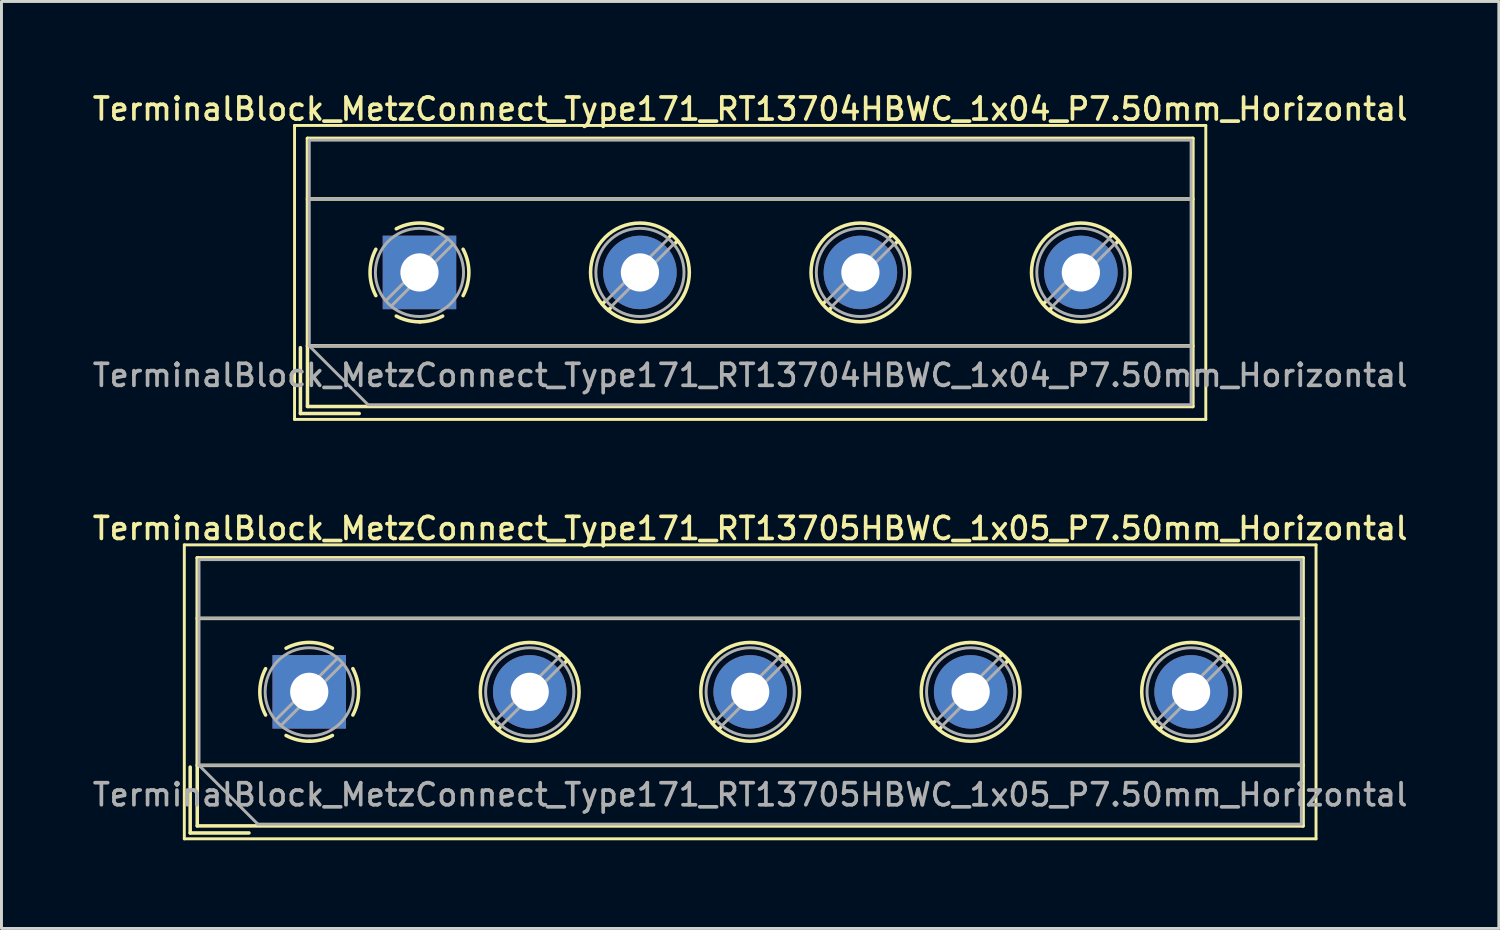
<source format=kicad_pcb>
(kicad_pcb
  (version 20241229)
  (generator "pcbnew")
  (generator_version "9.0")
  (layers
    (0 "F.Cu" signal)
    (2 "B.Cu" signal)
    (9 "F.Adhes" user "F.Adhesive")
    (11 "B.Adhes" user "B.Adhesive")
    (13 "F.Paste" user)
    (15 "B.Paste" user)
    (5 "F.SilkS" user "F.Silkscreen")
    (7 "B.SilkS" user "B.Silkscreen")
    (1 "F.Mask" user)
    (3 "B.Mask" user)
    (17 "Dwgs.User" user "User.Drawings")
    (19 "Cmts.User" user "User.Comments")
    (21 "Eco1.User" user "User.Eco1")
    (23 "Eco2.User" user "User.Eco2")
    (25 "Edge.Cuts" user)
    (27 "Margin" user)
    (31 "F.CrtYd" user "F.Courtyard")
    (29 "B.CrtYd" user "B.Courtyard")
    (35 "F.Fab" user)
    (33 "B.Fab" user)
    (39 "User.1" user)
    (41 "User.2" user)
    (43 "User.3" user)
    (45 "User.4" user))
  (footprint "TerminalBlock_MetzConnect_Type171_RT13705HBWC_1x05_P7.50mm_Horizontal"
    (layer "F.Cu")
    (at 7.47 20.486)
    (property "Reference" "TerminalBlock_MetzConnect_Type171_RT13705HBWC_1x05_P7.50mm_Horizontal" (at 15 -5.56 0) (layer "F.SilkS") (effects (font (size 0.75 0.75) (thickness 0.125))))
    (attr through_hole)
    (fp_line (start -4.25 -5) (end -4.25 5) (stroke (width 0.1) (type solid)) (layer "F.SilkS"))
    (fp_line (start -4.25 5) (end 34.25 5) (stroke (width 0.1) (type solid)) (layer "F.SilkS"))
    (fp_line (start -4.05 2.56) (end -4.05 4.8) (stroke (width 0.12) (type solid)) (layer "F.SilkS"))
    (fp_line (start -4.05 4.8) (end -2.05 4.8) (stroke (width 0.12) (type solid)) (layer "F.SilkS"))
    (fp_line (start -3.81 -4.56) (end -3.81 4.56) (stroke (width 0.12) (type solid)) (layer "F.SilkS"))
    (fp_line (start -3.81 -4.56) (end 33.81 -4.56) (stroke (width 0.12) (type solid)) (layer "F.SilkS"))
    (fp_line (start -3.81 -2.5) (end 33.81 -2.5) (stroke (width 0.12) (type solid)) (layer "F.SilkS"))
    (fp_line (start -3.81 2.5) (end 33.81 2.5) (stroke (width 0.12) (type solid)) (layer "F.SilkS"))
    (fp_line (start -3.81 4.56) (end 33.81 4.56) (stroke (width 0.12) (type solid)) (layer "F.SilkS"))
    (fp_line (start 6.32 0.976) (end 6.226 1.069) (stroke (width 0.12) (type solid)) (layer "F.SilkS"))
    (fp_line (start 6.49 1.216) (end 6.431 1.274) (stroke (width 0.12) (type solid)) (layer "F.SilkS"))
    (fp_line (start 8.57 -1.275) (end 8.511 -1.216) (stroke (width 0.12) (type solid)) (layer "F.SilkS"))
    (fp_line (start 8.775 -1.069) (end 8.681 -0.976) (stroke (width 0.12) (type solid)) (layer "F.SilkS"))
    (fp_line (start 13.82 0.976) (end 13.726 1.069) (stroke (width 0.12) (type solid)) (layer "F.SilkS"))
    (fp_line (start 13.99 1.216) (end 13.931 1.274) (stroke (width 0.12) (type solid)) (layer "F.SilkS"))
    (fp_line (start 16.07 -1.275) (end 16.011 -1.216) (stroke (width 0.12) (type solid)) (layer "F.SilkS"))
    (fp_line (start 16.275 -1.069) (end 16.181 -0.976) (stroke (width 0.12) (type solid)) (layer "F.SilkS"))
    (fp_line (start 21.32 0.976) (end 21.226 1.069) (stroke (width 0.12) (type solid)) (layer "F.SilkS"))
    (fp_line (start 21.49 1.216) (end 21.431 1.274) (stroke (width 0.12) (type solid)) (layer "F.SilkS"))
    (fp_line (start 23.57 -1.275) (end 23.511 -1.216) (stroke (width 0.12) (type solid)) (layer "F.SilkS"))
    (fp_line (start 23.775 -1.069) (end 23.681 -0.976) (stroke (width 0.12) (type solid)) (layer "F.SilkS"))
    (fp_line (start 28.82 0.976) (end 28.726 1.069) (stroke (width 0.12) (type solid)) (layer "F.SilkS"))
    (fp_line (start 28.99 1.216) (end 28.931 1.274) (stroke (width 0.12) (type solid)) (layer "F.SilkS"))
    (fp_line (start 31.07 -1.275) (end 31.011 -1.216) (stroke (width 0.12) (type solid)) (layer "F.SilkS"))
    (fp_line (start 31.275 -1.069) (end 31.181 -0.976) (stroke (width 0.12) (type solid)) (layer "F.SilkS"))
    (fp_line (start 33.81 -4.56) (end 33.81 4.56) (stroke (width 0.12) (type solid)) (layer "F.SilkS"))
    (fp_line (start 34.25 -5) (end -4.25 -5) (stroke (width 0.1) (type solid)) (layer "F.SilkS"))
    (fp_line (start 34.25 5) (end 34.25 -5) (stroke (width 0.1) (type solid)) (layer "F.SilkS"))
    (fp_arc (start -1.483953 0.789089) (mid -1.680708 0.00005) (end -1.484 -0.789) (stroke (width 0.12) (type solid)) (layer "F.SilkS"))
    (fp_arc (start -0.789089 -1.483953) (mid -0.00005 -1.680708) (end 0.789 -1.484) (stroke (width 0.12) (type solid)) (layer "F.SilkS"))
    (fp_arc (start 0.029383 1.68045) (mid -0.392304 1.634281) (end -0.789 1.484) (stroke (width 0.12) (type solid)) (layer "F.SilkS"))
    (fp_arc (start 0.788712 1.483352) (mid 0.406429 1.630097) (end 0 1.68) (stroke (width 0.12) (type solid)) (layer "F.SilkS"))
    (fp_arc (start 1.483953 -0.789089) (mid 1.680708 -0.00005) (end 1.484 0.789) (stroke (width 0.12) (type solid)) (layer "F.SilkS"))
    (fp_circle (center 7.5 0) (end 9.18 0) (stroke (width 0.12) (type solid)) (fill no) (layer "F.SilkS"))
    (fp_circle (center 15 0) (end 16.68 0) (stroke (width 0.12) (type solid)) (fill no) (layer "F.SilkS"))
    (fp_circle (center 22.5 0) (end 24.18 0) (stroke (width 0.12) (type solid)) (fill no) (layer "F.SilkS"))
    (fp_circle (center 30 0) (end 31.68 0) (stroke (width 0.12) (type solid)) (fill no) (layer "F.SilkS"))
    (fp_line (start -3.75 -4.5) (end 33.75 -4.5) (stroke (width 0.1) (type solid)) (layer "F.Fab"))
    (fp_line (start -3.75 -2.5) (end 33.75 -2.5) (stroke (width 0.1) (type solid)) (layer "F.Fab"))
    (fp_line (start -3.75 2.5) (end -3.75 -4.5) (stroke (width 0.1) (type solid)) (layer "F.Fab"))
    (fp_line (start -3.75 2.5) (end 33.75 2.5) (stroke (width 0.1) (type solid)) (layer "F.Fab"))
    (fp_line (start -1.75 4.5) (end -3.75 2.5) (stroke (width 0.1) (type solid)) (layer "F.Fab"))
    (fp_line (start 0.955 -1.138) (end -1.138 0.955) (stroke (width 0.1) (type solid)) (layer "F.Fab"))
    (fp_line (start 1.138 -0.955) (end -0.955 1.138) (stroke (width 0.1) (type solid)) (layer "F.Fab"))
    (fp_line (start 8.455 -1.138) (end 6.363 0.955) (stroke (width 0.1) (type solid)) (layer "F.Fab"))
    (fp_line (start 8.638 -0.955) (end 6.546 1.138) (stroke (width 0.1) (type solid)) (layer "F.Fab"))
    (fp_line (start 15.955 -1.138) (end 13.863 0.955) (stroke (width 0.1) (type solid)) (layer "F.Fab"))
    (fp_line (start 16.138 -0.955) (end 14.046 1.138) (stroke (width 0.1) (type solid)) (layer "F.Fab"))
    (fp_line (start 23.455 -1.138) (end 21.363 0.955) (stroke (width 0.1) (type solid)) (layer "F.Fab"))
    (fp_line (start 23.638 -0.955) (end 21.546 1.138) (stroke (width 0.1) (type solid)) (layer "F.Fab"))
    (fp_line (start 30.955 -1.138) (end 28.863 0.955) (stroke (width 0.1) (type solid)) (layer "F.Fab"))
    (fp_line (start 31.138 -0.955) (end 29.046 1.138) (stroke (width 0.1) (type solid)) (layer "F.Fab"))
    (fp_line (start 33.75 -4.5) (end 33.75 4.5) (stroke (width 0.1) (type solid)) (layer "F.Fab"))
    (fp_line (start 33.75 4.5) (end -1.75 4.5) (stroke (width 0.1) (type solid)) (layer "F.Fab"))
    (fp_circle (center 0 0) (end 1.5 0) (stroke (width 0.1) (type solid)) (fill no) (layer "F.Fab"))
    (fp_circle (center 7.5 0) (end 9 0) (stroke (width 0.1) (type solid)) (fill no) (layer "F.Fab"))
    (fp_circle (center 15 0) (end 16.5 0) (stroke (width 0.1) (type solid)) (fill no) (layer "F.Fab"))
    (fp_circle (center 22.5 0) (end 24 0) (stroke (width 0.1) (type solid)) (fill no) (layer "F.Fab"))
    (fp_circle (center 30 0) (end 31.5 0) (stroke (width 0.1) (type solid)) (fill no) (layer "F.Fab"))
    (fp_text user "${REFERENCE}" (at 15 3.5 0) (layer "F.Fab") (effects (font (size 0.75 0.75) (thickness 0.125))))
    (pad "1" thru_hole rect (at 0 0) (size 2.5 2.5) (drill 1.3) (layers "*.Cu" "*.Mask"))
    (pad "2" thru_hole circle (at 7.5 0) (size 2.5 2.5) (drill 1.3) (layers "*.Cu" "*.Mask"))
    (pad "3" thru_hole circle (at 15 0) (size 2.5 2.5) (drill 1.3) (layers "*.Cu" "*.Mask"))
    (pad "4" thru_hole circle (at 22.5 0) (size 2.5 2.5) (drill 1.3) (layers "*.Cu" "*.Mask"))
    (pad "5" thru_hole circle (at 30 0) (size 2.5 2.5) (drill 1.3) (layers "*.Cu" "*.Mask")))
  (footprint "TerminalBlock_MetzConnect_Type171_RT13704HBWC_1x04_P7.50mm_Horizontal"
    (layer "F.Cu")
    (at 11.22 6.218)
    (property "Reference" "TerminalBlock_MetzConnect_Type171_RT13704HBWC_1x04_P7.50mm_Horizontal" (at 11.25 -5.56 0) (layer "F.SilkS") (effects (font (size 0.75 0.75) (thickness 0.125))))
    (attr through_hole)
    (fp_line (start -4.25 -5) (end -4.25 5) (stroke (width 0.1) (type solid)) (layer "F.SilkS"))
    (fp_line (start -4.25 5) (end 26.75 5) (stroke (width 0.1) (type solid)) (layer "F.SilkS"))
    (fp_line (start -4.05 2.56) (end -4.05 4.8) (stroke (width 0.12) (type solid)) (layer "F.SilkS"))
    (fp_line (start -4.05 4.8) (end -2.05 4.8) (stroke (width 0.12) (type solid)) (layer "F.SilkS"))
    (fp_line (start -3.81 -4.56) (end -3.81 4.56) (stroke (width 0.12) (type solid)) (layer "F.SilkS"))
    (fp_line (start -3.81 -4.56) (end 26.31 -4.56) (stroke (width 0.12) (type solid)) (layer "F.SilkS"))
    (fp_line (start -3.81 -2.5) (end 26.31 -2.5) (stroke (width 0.12) (type solid)) (layer "F.SilkS"))
    (fp_line (start -3.81 2.5) (end 26.31 2.5) (stroke (width 0.12) (type solid)) (layer "F.SilkS"))
    (fp_line (start -3.81 4.56) (end 26.31 4.56) (stroke (width 0.12) (type solid)) (layer "F.SilkS"))
    (fp_line (start 6.32 0.976) (end 6.226 1.069) (stroke (width 0.12) (type solid)) (layer "F.SilkS"))
    (fp_line (start 6.49 1.216) (end 6.431 1.274) (stroke (width 0.12) (type solid)) (layer "F.SilkS"))
    (fp_line (start 8.57 -1.275) (end 8.511 -1.216) (stroke (width 0.12) (type solid)) (layer "F.SilkS"))
    (fp_line (start 8.775 -1.069) (end 8.681 -0.976) (stroke (width 0.12) (type solid)) (layer "F.SilkS"))
    (fp_line (start 13.82 0.976) (end 13.726 1.069) (stroke (width 0.12) (type solid)) (layer "F.SilkS"))
    (fp_line (start 13.99 1.216) (end 13.931 1.274) (stroke (width 0.12) (type solid)) (layer "F.SilkS"))
    (fp_line (start 16.07 -1.275) (end 16.011 -1.216) (stroke (width 0.12) (type solid)) (layer "F.SilkS"))
    (fp_line (start 16.275 -1.069) (end 16.181 -0.976) (stroke (width 0.12) (type solid)) (layer "F.SilkS"))
    (fp_line (start 21.32 0.976) (end 21.226 1.069) (stroke (width 0.12) (type solid)) (layer "F.SilkS"))
    (fp_line (start 21.49 1.216) (end 21.431 1.274) (stroke (width 0.12) (type solid)) (layer "F.SilkS"))
    (fp_line (start 23.57 -1.275) (end 23.511 -1.216) (stroke (width 0.12) (type solid)) (layer "F.SilkS"))
    (fp_line (start 23.775 -1.069) (end 23.681 -0.976) (stroke (width 0.12) (type solid)) (layer "F.SilkS"))
    (fp_line (start 26.31 -4.56) (end 26.31 4.56) (stroke (width 0.12) (type solid)) (layer "F.SilkS"))
    (fp_line (start 26.75 -5) (end -4.25 -5) (stroke (width 0.1) (type solid)) (layer "F.SilkS"))
    (fp_line (start 26.75 5) (end 26.75 -5) (stroke (width 0.1) (type solid)) (layer "F.SilkS"))
    (fp_arc (start -1.483953 0.789089) (mid -1.680708 0.00005) (end -1.484 -0.789) (stroke (width 0.12) (type solid)) (layer "F.SilkS"))
    (fp_arc (start -0.789089 -1.483953) (mid -0.00005 -1.680708) (end 0.789 -1.484) (stroke (width 0.12) (type solid)) (layer "F.SilkS"))
    (fp_arc (start 0.029383 1.68045) (mid -0.392304 1.634281) (end -0.789 1.484) (stroke (width 0.12) (type solid)) (layer "F.SilkS"))
    (fp_arc (start 0.788712 1.483352) (mid 0.406429 1.630097) (end 0 1.68) (stroke (width 0.12) (type solid)) (layer "F.SilkS"))
    (fp_arc (start 1.483953 -0.789089) (mid 1.680708 -0.00005) (end 1.484 0.789) (stroke (width 0.12) (type solid)) (layer "F.SilkS"))
    (fp_circle (center 7.5 0) (end 9.18 0) (stroke (width 0.12) (type solid)) (fill no) (layer "F.SilkS"))
    (fp_circle (center 15 0) (end 16.68 0) (stroke (width 0.12) (type solid)) (fill no) (layer "F.SilkS"))
    (fp_circle (center 22.5 0) (end 24.18 0) (stroke (width 0.12) (type solid)) (fill no) (layer "F.SilkS"))
    (fp_line (start -3.75 -4.5) (end 26.25 -4.5) (stroke (width 0.1) (type solid)) (layer "F.Fab"))
    (fp_line (start -3.75 -2.5) (end 26.25 -2.5) (stroke (width 0.1) (type solid)) (layer "F.Fab"))
    (fp_line (start -3.75 2.5) (end -3.75 -4.5) (stroke (width 0.1) (type solid)) (layer "F.Fab"))
    (fp_line (start -3.75 2.5) (end 26.25 2.5) (stroke (width 0.1) (type solid)) (layer "F.Fab"))
    (fp_line (start -1.75 4.5) (end -3.75 2.5) (stroke (width 0.1) (type solid)) (layer "F.Fab"))
    (fp_line (start 0.955 -1.138) (end -1.138 0.955) (stroke (width 0.1) (type solid)) (layer "F.Fab"))
    (fp_line (start 1.138 -0.955) (end -0.955 1.138) (stroke (width 0.1) (type solid)) (layer "F.Fab"))
    (fp_line (start 8.455 -1.138) (end 6.363 0.955) (stroke (width 0.1) (type solid)) (layer "F.Fab"))
    (fp_line (start 8.638 -0.955) (end 6.546 1.138) (stroke (width 0.1) (type solid)) (layer "F.Fab"))
    (fp_line (start 15.955 -1.138) (end 13.863 0.955) (stroke (width 0.1) (type solid)) (layer "F.Fab"))
    (fp_line (start 16.138 -0.955) (end 14.046 1.138) (stroke (width 0.1) (type solid)) (layer "F.Fab"))
    (fp_line (start 23.455 -1.138) (end 21.363 0.955) (stroke (width 0.1) (type solid)) (layer "F.Fab"))
    (fp_line (start 23.638 -0.955) (end 21.546 1.138) (stroke (width 0.1) (type solid)) (layer "F.Fab"))
    (fp_line (start 26.25 -4.5) (end 26.25 4.5) (stroke (width 0.1) (type solid)) (layer "F.Fab"))
    (fp_line (start 26.25 4.5) (end -1.75 4.5) (stroke (width 0.1) (type solid)) (layer "F.Fab"))
    (fp_circle (center 0 0) (end 1.5 0) (stroke (width 0.1) (type solid)) (fill no) (layer "F.Fab"))
    (fp_circle (center 7.5 0) (end 9 0) (stroke (width 0.1) (type solid)) (fill no) (layer "F.Fab"))
    (fp_circle (center 15 0) (end 16.5 0) (stroke (width 0.1) (type solid)) (fill no) (layer "F.Fab"))
    (fp_circle (center 22.5 0) (end 24 0) (stroke (width 0.1) (type solid)) (fill no) (layer "F.Fab"))
    (fp_text user "${REFERENCE}" (at 11.25 3.5 0) (layer "F.Fab") (effects (font (size 0.75 0.75) (thickness 0.125))))
    (pad "1" thru_hole rect (at 0 0) (size 2.5 2.5) (drill 1.3) (layers "*.Cu" "*.Mask"))
    (pad "2" thru_hole circle (at 7.5 0) (size 2.5 2.5) (drill 1.3) (layers "*.Cu" "*.Mask"))
    (pad "3" thru_hole circle (at 15 0) (size 2.5 2.5) (drill 1.3) (layers "*.Cu" "*.Mask"))
    (pad "4" thru_hole circle (at 22.5 0) (size 2.5 2.5) (drill 1.3) (layers "*.Cu" "*.Mask")))
  (gr_rect
    (start -3 -3)
    (end 47.939 28.536)
    (stroke (width 0.1) (type default))
    (fill no)
    (layer "Edge.Cuts")))
</source>
